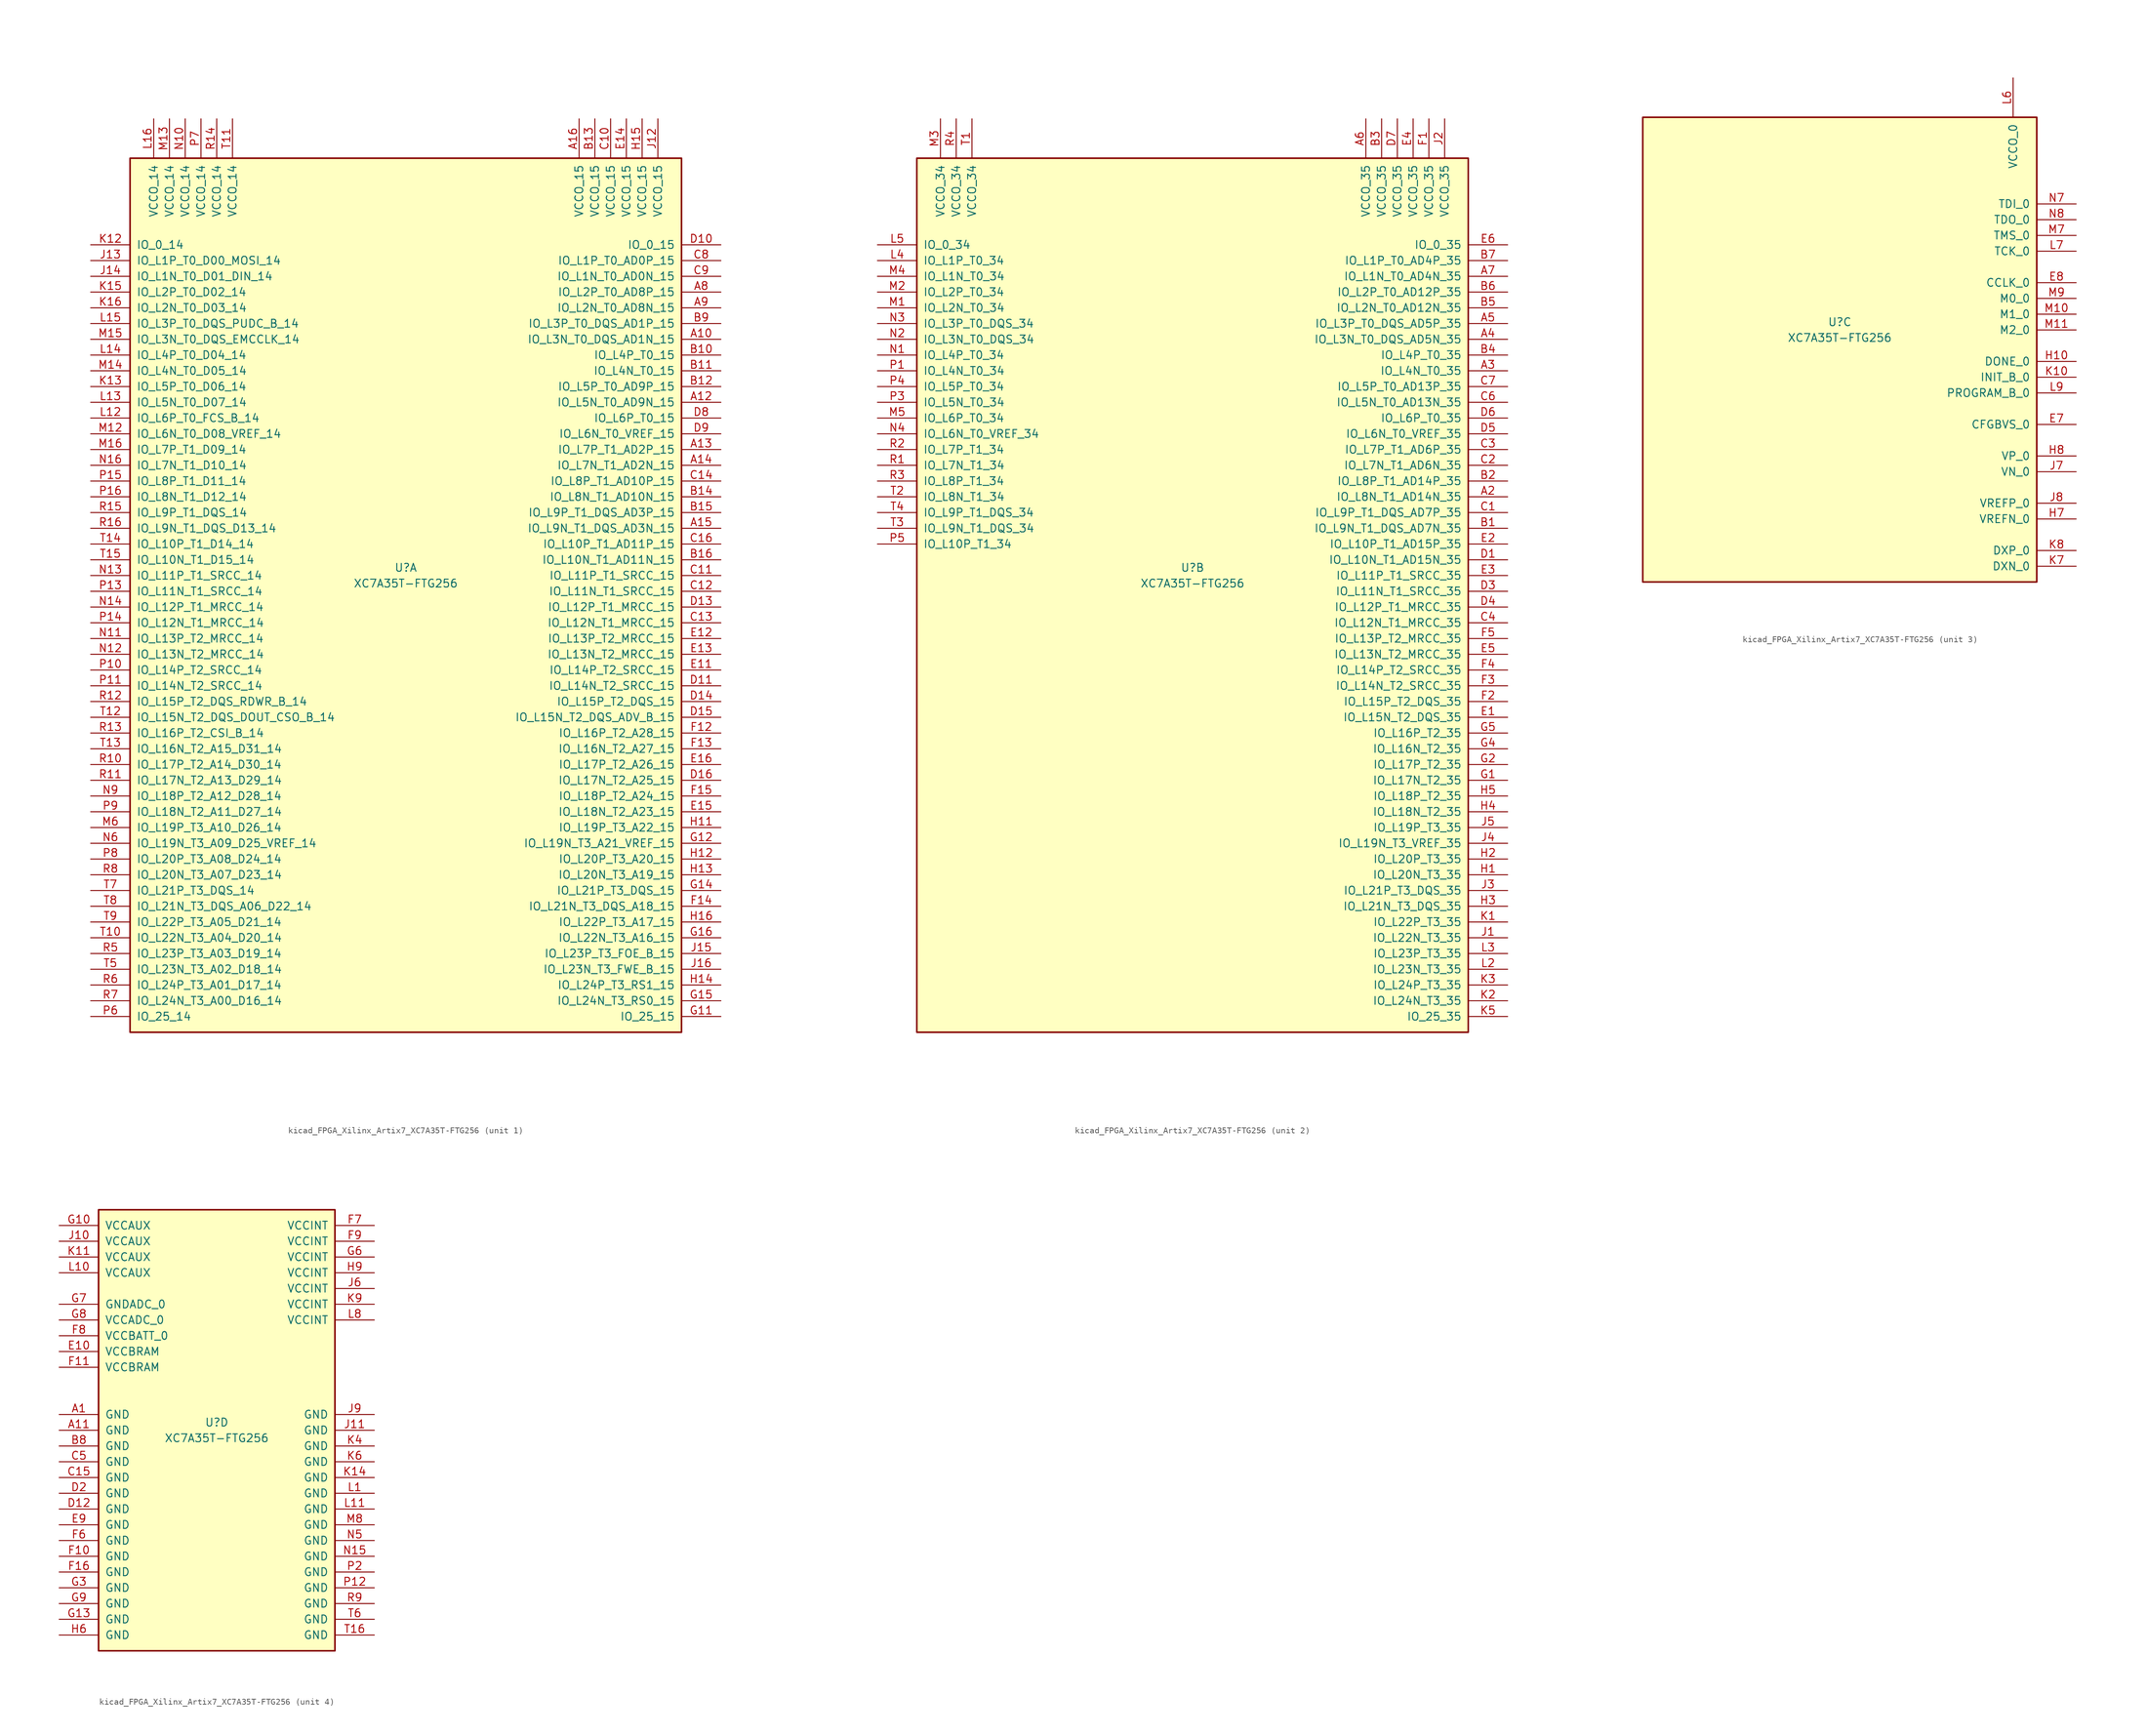
<source format=kicad_sym>
(kicad_symbol_lib
  (version 20220914)
  (generator kicad_symbol_editor)
  (symbol "kicad_FPGA_Xilinx_Artix7_XC7A35T-FTG256"
    (pin_names
      (offset 1.016))
    (property "Reference" "U"
      (at 0 1.27 0)
      (effects (font (size 1.27 1.27))))
    (property "Value" "XC7A35T-FTG256"
      (at 0 -1.27 0)
      (effects (font (size 1.27 1.27))))
    (property "Datasheet" ""
      (at 0 0 0)
      (effects (font (size 1.27 1.27))))
    (property "ki_locked" ""
      (at 0 0 0)
      (effects (font (size 1.27 1.27))))
    (symbol "kicad_FPGA_Xilinx_Artix7_XC7A35T-FTG256_1_1"
      (rectangle (start -44.45 67.31) (end 44.45 -73.66) (stroke (width 0.254) (type default)) (fill (type background)))
      (pin bidirectional line (at 50.8 38.1 180) (length 6.35) (name "IO_L3N_T0_DQS_AD1N_15" (effects (font (size 1.27 1.27)))) (number "A10" (effects (font (size 1.27 1.27)))))
      (pin bidirectional line (at 50.8 27.94 180) (length 6.35) (name "IO_L5N_T0_AD9N_15" (effects (font (size 1.27 1.27)))) (number "A12" (effects (font (size 1.27 1.27)))))
      (pin bidirectional line (at 50.8 20.32 180) (length 6.35) (name "IO_L7P_T1_AD2P_15" (effects (font (size 1.27 1.27)))) (number "A13" (effects (font (size 1.27 1.27)))))
      (pin bidirectional line (at 50.8 17.78 180) (length 6.35) (name "IO_L7N_T1_AD2N_15" (effects (font (size 1.27 1.27)))) (number "A14" (effects (font (size 1.27 1.27)))))
      (pin bidirectional line (at 50.8 7.62 180) (length 6.35) (name "IO_L9N_T1_DQS_AD3N_15" (effects (font (size 1.27 1.27)))) (number "A15" (effects (font (size 1.27 1.27)))))
      (pin power_in line (at 27.94 73.66 270) (length 6.35) (name "VCCO_15" (effects (font (size 1.27 1.27)))) (number "A16" (effects (font (size 1.27 1.27)))))
      (pin bidirectional line (at 50.8 45.72 180) (length 6.35) (name "IO_L2P_T0_AD8P_15" (effects (font (size 1.27 1.27)))) (number "A8" (effects (font (size 1.27 1.27)))))
      (pin bidirectional line (at 50.8 43.18 180) (length 6.35) (name "IO_L2N_T0_AD8N_15" (effects (font (size 1.27 1.27)))) (number "A9" (effects (font (size 1.27 1.27)))))
      (pin bidirectional line (at 50.8 35.56 180) (length 6.35) (name "IO_L4P_T0_15" (effects (font (size 1.27 1.27)))) (number "B10" (effects (font (size 1.27 1.27)))))
      (pin bidirectional line (at 50.8 33.02 180) (length 6.35) (name "IO_L4N_T0_15" (effects (font (size 1.27 1.27)))) (number "B11" (effects (font (size 1.27 1.27)))))
      (pin bidirectional line (at 50.8 30.48 180) (length 6.35) (name "IO_L5P_T0_AD9P_15" (effects (font (size 1.27 1.27)))) (number "B12" (effects (font (size 1.27 1.27)))))
      (pin power_in line (at 30.48 73.66 270) (length 6.35) (name "VCCO_15" (effects (font (size 1.27 1.27)))) (number "B13" (effects (font (size 1.27 1.27)))))
      (pin bidirectional line (at 50.8 12.7 180) (length 6.35) (name "IO_L8N_T1_AD10N_15" (effects (font (size 1.27 1.27)))) (number "B14" (effects (font (size 1.27 1.27)))))
      (pin bidirectional line (at 50.8 10.16 180) (length 6.35) (name "IO_L9P_T1_DQS_AD3P_15" (effects (font (size 1.27 1.27)))) (number "B15" (effects (font (size 1.27 1.27)))))
      (pin bidirectional line (at 50.8 2.54 180) (length 6.35) (name "IO_L10N_T1_AD11N_15" (effects (font (size 1.27 1.27)))) (number "B16" (effects (font (size 1.27 1.27)))))
      (pin bidirectional line (at 50.8 40.64 180) (length 6.35) (name "IO_L3P_T0_DQS_AD1P_15" (effects (font (size 1.27 1.27)))) (number "B9" (effects (font (size 1.27 1.27)))))
      (pin power_in line (at 33.02 73.66 270) (length 6.35) (name "VCCO_15" (effects (font (size 1.27 1.27)))) (number "C10" (effects (font (size 1.27 1.27)))))
      (pin bidirectional line (at 50.8 0 180) (length 6.35) (name "IO_L11P_T1_SRCC_15" (effects (font (size 1.27 1.27)))) (number "C11" (effects (font (size 1.27 1.27)))))
      (pin bidirectional line (at 50.8 -2.54 180) (length 6.35) (name "IO_L11N_T1_SRCC_15" (effects (font (size 1.27 1.27)))) (number "C12" (effects (font (size 1.27 1.27)))))
      (pin bidirectional line (at 50.8 -7.62 180) (length 6.35) (name "IO_L12N_T1_MRCC_15" (effects (font (size 1.27 1.27)))) (number "C13" (effects (font (size 1.27 1.27)))))
      (pin bidirectional line (at 50.8 15.24 180) (length 6.35) (name "IO_L8P_T1_AD10P_15" (effects (font (size 1.27 1.27)))) (number "C14" (effects (font (size 1.27 1.27)))))
      (pin bidirectional line (at 50.8 5.08 180) (length 6.35) (name "IO_L10P_T1_AD11P_15" (effects (font (size 1.27 1.27)))) (number "C16" (effects (font (size 1.27 1.27)))))
      (pin bidirectional line (at 50.8 50.8 180) (length 6.35) (name "IO_L1P_T0_AD0P_15" (effects (font (size 1.27 1.27)))) (number "C8" (effects (font (size 1.27 1.27)))))
      (pin bidirectional line (at 50.8 48.26 180) (length 6.35) (name "IO_L1N_T0_AD0N_15" (effects (font (size 1.27 1.27)))) (number "C9" (effects (font (size 1.27 1.27)))))
      (pin bidirectional line (at 50.8 53.34 180) (length 6.35) (name "IO_0_15" (effects (font (size 1.27 1.27)))) (number "D10" (effects (font (size 1.27 1.27)))))
      (pin bidirectional line (at 50.8 -17.78 180) (length 6.35) (name "IO_L14N_T2_SRCC_15" (effects (font (size 1.27 1.27)))) (number "D11" (effects (font (size 1.27 1.27)))))
      (pin bidirectional line (at 50.8 -5.08 180) (length 6.35) (name "IO_L12P_T1_MRCC_15" (effects (font (size 1.27 1.27)))) (number "D13" (effects (font (size 1.27 1.27)))))
      (pin bidirectional line (at 50.8 -20.32 180) (length 6.35) (name "IO_L15P_T2_DQS_15" (effects (font (size 1.27 1.27)))) (number "D14" (effects (font (size 1.27 1.27)))))
      (pin bidirectional line (at 50.8 -22.86 180) (length 6.35) (name "IO_L15N_T2_DQS_ADV_B_15" (effects (font (size 1.27 1.27)))) (number "D15" (effects (font (size 1.27 1.27)))))
      (pin bidirectional line (at 50.8 -33.02 180) (length 6.35) (name "IO_L17N_T2_A25_15" (effects (font (size 1.27 1.27)))) (number "D16" (effects (font (size 1.27 1.27)))))
      (pin bidirectional line (at 50.8 25.4 180) (length 6.35) (name "IO_L6P_T0_15" (effects (font (size 1.27 1.27)))) (number "D8" (effects (font (size 1.27 1.27)))))
      (pin bidirectional line (at 50.8 22.86 180) (length 6.35) (name "IO_L6N_T0_VREF_15" (effects (font (size 1.27 1.27)))) (number "D9" (effects (font (size 1.27 1.27)))))
      (pin bidirectional line (at 50.8 -15.24 180) (length 6.35) (name "IO_L14P_T2_SRCC_15" (effects (font (size 1.27 1.27)))) (number "E11" (effects (font (size 1.27 1.27)))))
      (pin bidirectional line (at 50.8 -10.16 180) (length 6.35) (name "IO_L13P_T2_MRCC_15" (effects (font (size 1.27 1.27)))) (number "E12" (effects (font (size 1.27 1.27)))))
      (pin bidirectional line (at 50.8 -12.7 180) (length 6.35) (name "IO_L13N_T2_MRCC_15" (effects (font (size 1.27 1.27)))) (number "E13" (effects (font (size 1.27 1.27)))))
      (pin power_in line (at 35.56 73.66 270) (length 6.35) (name "VCCO_15" (effects (font (size 1.27 1.27)))) (number "E14" (effects (font (size 1.27 1.27)))))
      (pin bidirectional line (at 50.8 -38.1 180) (length 6.35) (name "IO_L18N_T2_A23_15" (effects (font (size 1.27 1.27)))) (number "E15" (effects (font (size 1.27 1.27)))))
      (pin bidirectional line (at 50.8 -30.48 180) (length 6.35) (name "IO_L17P_T2_A26_15" (effects (font (size 1.27 1.27)))) (number "E16" (effects (font (size 1.27 1.27)))))
      (pin bidirectional line (at 50.8 -25.4 180) (length 6.35) (name "IO_L16P_T2_A28_15" (effects (font (size 1.27 1.27)))) (number "F12" (effects (font (size 1.27 1.27)))))
      (pin bidirectional line (at 50.8 -27.94 180) (length 6.35) (name "IO_L16N_T2_A27_15" (effects (font (size 1.27 1.27)))) (number "F13" (effects (font (size 1.27 1.27)))))
      (pin bidirectional line (at 50.8 -53.34 180) (length 6.35) (name "IO_L21N_T3_DQS_A18_15" (effects (font (size 1.27 1.27)))) (number "F14" (effects (font (size 1.27 1.27)))))
      (pin bidirectional line (at 50.8 -35.56 180) (length 6.35) (name "IO_L18P_T2_A24_15" (effects (font (size 1.27 1.27)))) (number "F15" (effects (font (size 1.27 1.27)))))
      (pin bidirectional line (at 50.8 -71.12 180) (length 6.35) (name "IO_25_15" (effects (font (size 1.27 1.27)))) (number "G11" (effects (font (size 1.27 1.27)))))
      (pin bidirectional line (at 50.8 -43.18 180) (length 6.35) (name "IO_L19N_T3_A21_VREF_15" (effects (font (size 1.27 1.27)))) (number "G12" (effects (font (size 1.27 1.27)))))
      (pin bidirectional line (at 50.8 -50.8 180) (length 6.35) (name "IO_L21P_T3_DQS_15" (effects (font (size 1.27 1.27)))) (number "G14" (effects (font (size 1.27 1.27)))))
      (pin bidirectional line (at 50.8 -68.58 180) (length 6.35) (name "IO_L24N_T3_RS0_15" (effects (font (size 1.27 1.27)))) (number "G15" (effects (font (size 1.27 1.27)))))
      (pin bidirectional line (at 50.8 -58.42 180) (length 6.35) (name "IO_L22N_T3_A16_15" (effects (font (size 1.27 1.27)))) (number "G16" (effects (font (size 1.27 1.27)))))
      (pin bidirectional line (at 50.8 -40.64 180) (length 6.35) (name "IO_L19P_T3_A22_15" (effects (font (size 1.27 1.27)))) (number "H11" (effects (font (size 1.27 1.27)))))
      (pin bidirectional line (at 50.8 -45.72 180) (length 6.35) (name "IO_L20P_T3_A20_15" (effects (font (size 1.27 1.27)))) (number "H12" (effects (font (size 1.27 1.27)))))
      (pin bidirectional line (at 50.8 -48.26 180) (length 6.35) (name "IO_L20N_T3_A19_15" (effects (font (size 1.27 1.27)))) (number "H13" (effects (font (size 1.27 1.27)))))
      (pin bidirectional line (at 50.8 -66.04 180) (length 6.35) (name "IO_L24P_T3_RS1_15" (effects (font (size 1.27 1.27)))) (number "H14" (effects (font (size 1.27 1.27)))))
      (pin power_in line (at 38.1 73.66 270) (length 6.35) (name "VCCO_15" (effects (font (size 1.27 1.27)))) (number "H15" (effects (font (size 1.27 1.27)))))
      (pin bidirectional line (at 50.8 -55.88 180) (length 6.35) (name "IO_L22P_T3_A17_15" (effects (font (size 1.27 1.27)))) (number "H16" (effects (font (size 1.27 1.27)))))
      (pin power_in line (at 40.64 73.66 270) (length 6.35) (name "VCCO_15" (effects (font (size 1.27 1.27)))) (number "J12" (effects (font (size 1.27 1.27)))))
      (pin bidirectional line (at -50.8 50.8 0) (length 6.35) (name "IO_L1P_T0_D00_MOSI_14" (effects (font (size 1.27 1.27)))) (number "J13" (effects (font (size 1.27 1.27)))))
      (pin bidirectional line (at -50.8 48.26 0) (length 6.35) (name "IO_L1N_T0_D01_DIN_14" (effects (font (size 1.27 1.27)))) (number "J14" (effects (font (size 1.27 1.27)))))
      (pin bidirectional line (at 50.8 -60.96 180) (length 6.35) (name "IO_L23P_T3_FOE_B_15" (effects (font (size 1.27 1.27)))) (number "J15" (effects (font (size 1.27 1.27)))))
      (pin bidirectional line (at 50.8 -63.5 180) (length 6.35) (name "IO_L23N_T3_FWE_B_15" (effects (font (size 1.27 1.27)))) (number "J16" (effects (font (size 1.27 1.27)))))
      (pin bidirectional line (at -50.8 53.34 0) (length 6.35) (name "IO_0_14" (effects (font (size 1.27 1.27)))) (number "K12" (effects (font (size 1.27 1.27)))))
      (pin bidirectional line (at -50.8 30.48 0) (length 6.35) (name "IO_L5P_T0_D06_14" (effects (font (size 1.27 1.27)))) (number "K13" (effects (font (size 1.27 1.27)))))
      (pin bidirectional line (at -50.8 45.72 0) (length 6.35) (name "IO_L2P_T0_D02_14" (effects (font (size 1.27 1.27)))) (number "K15" (effects (font (size 1.27 1.27)))))
      (pin bidirectional line (at -50.8 43.18 0) (length 6.35) (name "IO_L2N_T0_D03_14" (effects (font (size 1.27 1.27)))) (number "K16" (effects (font (size 1.27 1.27)))))
      (pin bidirectional line (at -50.8 25.4 0) (length 6.35) (name "IO_L6P_T0_FCS_B_14" (effects (font (size 1.27 1.27)))) (number "L12" (effects (font (size 1.27 1.27)))))
      (pin bidirectional line (at -50.8 27.94 0) (length 6.35) (name "IO_L5N_T0_D07_14" (effects (font (size 1.27 1.27)))) (number "L13" (effects (font (size 1.27 1.27)))))
      (pin bidirectional line (at -50.8 35.56 0) (length 6.35) (name "IO_L4P_T0_D04_14" (effects (font (size 1.27 1.27)))) (number "L14" (effects (font (size 1.27 1.27)))))
      (pin bidirectional line (at -50.8 40.64 0) (length 6.35) (name "IO_L3P_T0_DQS_PUDC_B_14" (effects (font (size 1.27 1.27)))) (number "L15" (effects (font (size 1.27 1.27)))))
      (pin power_in line (at -40.64 73.66 270) (length 6.35) (name "VCCO_14" (effects (font (size 1.27 1.27)))) (number "L16" (effects (font (size 1.27 1.27)))))
      (pin bidirectional line (at -50.8 22.86 0) (length 6.35) (name "IO_L6N_T0_D08_VREF_14" (effects (font (size 1.27 1.27)))) (number "M12" (effects (font (size 1.27 1.27)))))
      (pin power_in line (at -38.1 73.66 270) (length 6.35) (name "VCCO_14" (effects (font (size 1.27 1.27)))) (number "M13" (effects (font (size 1.27 1.27)))))
      (pin bidirectional line (at -50.8 33.02 0) (length 6.35) (name "IO_L4N_T0_D05_14" (effects (font (size 1.27 1.27)))) (number "M14" (effects (font (size 1.27 1.27)))))
      (pin bidirectional line (at -50.8 38.1 0) (length 6.35) (name "IO_L3N_T0_DQS_EMCCLK_14" (effects (font (size 1.27 1.27)))) (number "M15" (effects (font (size 1.27 1.27)))))
      (pin bidirectional line (at -50.8 20.32 0) (length 6.35) (name "IO_L7P_T1_D09_14" (effects (font (size 1.27 1.27)))) (number "M16" (effects (font (size 1.27 1.27)))))
      (pin bidirectional line (at -50.8 -40.64 0) (length 6.35) (name "IO_L19P_T3_A10_D26_14" (effects (font (size 1.27 1.27)))) (number "M6" (effects (font (size 1.27 1.27)))))
      (pin power_in line (at -35.56 73.66 270) (length 6.35) (name "VCCO_14" (effects (font (size 1.27 1.27)))) (number "N10" (effects (font (size 1.27 1.27)))))
      (pin bidirectional line (at -50.8 -10.16 0) (length 6.35) (name "IO_L13P_T2_MRCC_14" (effects (font (size 1.27 1.27)))) (number "N11" (effects (font (size 1.27 1.27)))))
      (pin bidirectional line (at -50.8 -12.7 0) (length 6.35) (name "IO_L13N_T2_MRCC_14" (effects (font (size 1.27 1.27)))) (number "N12" (effects (font (size 1.27 1.27)))))
      (pin bidirectional line (at -50.8 0 0) (length 6.35) (name "IO_L11P_T1_SRCC_14" (effects (font (size 1.27 1.27)))) (number "N13" (effects (font (size 1.27 1.27)))))
      (pin bidirectional line (at -50.8 -5.08 0) (length 6.35) (name "IO_L12P_T1_MRCC_14" (effects (font (size 1.27 1.27)))) (number "N14" (effects (font (size 1.27 1.27)))))
      (pin bidirectional line (at -50.8 17.78 0) (length 6.35) (name "IO_L7N_T1_D10_14" (effects (font (size 1.27 1.27)))) (number "N16" (effects (font (size 1.27 1.27)))))
      (pin bidirectional line (at -50.8 -43.18 0) (length 6.35) (name "IO_L19N_T3_A09_D25_VREF_14" (effects (font (size 1.27 1.27)))) (number "N6" (effects (font (size 1.27 1.27)))))
      (pin bidirectional line (at -50.8 -35.56 0) (length 6.35) (name "IO_L18P_T2_A12_D28_14" (effects (font (size 1.27 1.27)))) (number "N9" (effects (font (size 1.27 1.27)))))
      (pin bidirectional line (at -50.8 -15.24 0) (length 6.35) (name "IO_L14P_T2_SRCC_14" (effects (font (size 1.27 1.27)))) (number "P10" (effects (font (size 1.27 1.27)))))
      (pin bidirectional line (at -50.8 -17.78 0) (length 6.35) (name "IO_L14N_T2_SRCC_14" (effects (font (size 1.27 1.27)))) (number "P11" (effects (font (size 1.27 1.27)))))
      (pin bidirectional line (at -50.8 -2.54 0) (length 6.35) (name "IO_L11N_T1_SRCC_14" (effects (font (size 1.27 1.27)))) (number "P13" (effects (font (size 1.27 1.27)))))
      (pin bidirectional line (at -50.8 -7.62 0) (length 6.35) (name "IO_L12N_T1_MRCC_14" (effects (font (size 1.27 1.27)))) (number "P14" (effects (font (size 1.27 1.27)))))
      (pin bidirectional line (at -50.8 15.24 0) (length 6.35) (name "IO_L8P_T1_D11_14" (effects (font (size 1.27 1.27)))) (number "P15" (effects (font (size 1.27 1.27)))))
      (pin bidirectional line (at -50.8 12.7 0) (length 6.35) (name "IO_L8N_T1_D12_14" (effects (font (size 1.27 1.27)))) (number "P16" (effects (font (size 1.27 1.27)))))
      (pin bidirectional line (at -50.8 -71.12 0) (length 6.35) (name "IO_25_14" (effects (font (size 1.27 1.27)))) (number "P6" (effects (font (size 1.27 1.27)))))
      (pin power_in line (at -33.02 73.66 270) (length 6.35) (name "VCCO_14" (effects (font (size 1.27 1.27)))) (number "P7" (effects (font (size 1.27 1.27)))))
      (pin bidirectional line (at -50.8 -45.72 0) (length 6.35) (name "IO_L20P_T3_A08_D24_14" (effects (font (size 1.27 1.27)))) (number "P8" (effects (font (size 1.27 1.27)))))
      (pin bidirectional line (at -50.8 -38.1 0) (length 6.35) (name "IO_L18N_T2_A11_D27_14" (effects (font (size 1.27 1.27)))) (number "P9" (effects (font (size 1.27 1.27)))))
      (pin bidirectional line (at -50.8 -30.48 0) (length 6.35) (name "IO_L17P_T2_A14_D30_14" (effects (font (size 1.27 1.27)))) (number "R10" (effects (font (size 1.27 1.27)))))
      (pin bidirectional line (at -50.8 -33.02 0) (length 6.35) (name "IO_L17N_T2_A13_D29_14" (effects (font (size 1.27 1.27)))) (number "R11" (effects (font (size 1.27 1.27)))))
      (pin bidirectional line (at -50.8 -20.32 0) (length 6.35) (name "IO_L15P_T2_DQS_RDWR_B_14" (effects (font (size 1.27 1.27)))) (number "R12" (effects (font (size 1.27 1.27)))))
      (pin bidirectional line (at -50.8 -25.4 0) (length 6.35) (name "IO_L16P_T2_CSI_B_14" (effects (font (size 1.27 1.27)))) (number "R13" (effects (font (size 1.27 1.27)))))
      (pin power_in line (at -30.48 73.66 270) (length 6.35) (name "VCCO_14" (effects (font (size 1.27 1.27)))) (number "R14" (effects (font (size 1.27 1.27)))))
      (pin bidirectional line (at -50.8 10.16 0) (length 6.35) (name "IO_L9P_T1_DQS_14" (effects (font (size 1.27 1.27)))) (number "R15" (effects (font (size 1.27 1.27)))))
      (pin bidirectional line (at -50.8 7.62 0) (length 6.35) (name "IO_L9N_T1_DQS_D13_14" (effects (font (size 1.27 1.27)))) (number "R16" (effects (font (size 1.27 1.27)))))
      (pin bidirectional line (at -50.8 -60.96 0) (length 6.35) (name "IO_L23P_T3_A03_D19_14" (effects (font (size 1.27 1.27)))) (number "R5" (effects (font (size 1.27 1.27)))))
      (pin bidirectional line (at -50.8 -66.04 0) (length 6.35) (name "IO_L24P_T3_A01_D17_14" (effects (font (size 1.27 1.27)))) (number "R6" (effects (font (size 1.27 1.27)))))
      (pin bidirectional line (at -50.8 -68.58 0) (length 6.35) (name "IO_L24N_T3_A00_D16_14" (effects (font (size 1.27 1.27)))) (number "R7" (effects (font (size 1.27 1.27)))))
      (pin bidirectional line (at -50.8 -48.26 0) (length 6.35) (name "IO_L20N_T3_A07_D23_14" (effects (font (size 1.27 1.27)))) (number "R8" (effects (font (size 1.27 1.27)))))
      (pin bidirectional line (at -50.8 -58.42 0) (length 6.35) (name "IO_L22N_T3_A04_D20_14" (effects (font (size 1.27 1.27)))) (number "T10" (effects (font (size 1.27 1.27)))))
      (pin power_in line (at -27.94 73.66 270) (length 6.35) (name "VCCO_14" (effects (font (size 1.27 1.27)))) (number "T11" (effects (font (size 1.27 1.27)))))
      (pin bidirectional line (at -50.8 -22.86 0) (length 6.35) (name "IO_L15N_T2_DQS_DOUT_CSO_B_14" (effects (font (size 1.27 1.27)))) (number "T12" (effects (font (size 1.27 1.27)))))
      (pin bidirectional line (at -50.8 -27.94 0) (length 6.35) (name "IO_L16N_T2_A15_D31_14" (effects (font (size 1.27 1.27)))) (number "T13" (effects (font (size 1.27 1.27)))))
      (pin bidirectional line (at -50.8 5.08 0) (length 6.35) (name "IO_L10P_T1_D14_14" (effects (font (size 1.27 1.27)))) (number "T14" (effects (font (size 1.27 1.27)))))
      (pin bidirectional line (at -50.8 2.54 0) (length 6.35) (name "IO_L10N_T1_D15_14" (effects (font (size 1.27 1.27)))) (number "T15" (effects (font (size 1.27 1.27)))))
      (pin bidirectional line (at -50.8 -63.5 0) (length 6.35) (name "IO_L23N_T3_A02_D18_14" (effects (font (size 1.27 1.27)))) (number "T5" (effects (font (size 1.27 1.27)))))
      (pin bidirectional line (at -50.8 -50.8 0) (length 6.35) (name "IO_L21P_T3_DQS_14" (effects (font (size 1.27 1.27)))) (number "T7" (effects (font (size 1.27 1.27)))))
      (pin bidirectional line (at -50.8 -53.34 0) (length 6.35) (name "IO_L21N_T3_DQS_A06_D22_14" (effects (font (size 1.27 1.27)))) (number "T8" (effects (font (size 1.27 1.27)))))
      (pin bidirectional line (at -50.8 -55.88 0) (length 6.35) (name "IO_L22P_T3_A05_D21_14" (effects (font (size 1.27 1.27)))) (number "T9" (effects (font (size 1.27 1.27))))))
    (symbol "kicad_FPGA_Xilinx_Artix7_XC7A35T-FTG256_2_1"
      (rectangle (start -44.45 67.31) (end 44.45 -73.66) (stroke (width 0.254) (type default)) (fill (type background)))
      (pin bidirectional line (at 50.8 12.7 180) (length 6.35) (name "IO_L8N_T1_AD14N_35" (effects (font (size 1.27 1.27)))) (number "A2" (effects (font (size 1.27 1.27)))))
      (pin bidirectional line (at 50.8 33.02 180) (length 6.35) (name "IO_L4N_T0_35" (effects (font (size 1.27 1.27)))) (number "A3" (effects (font (size 1.27 1.27)))))
      (pin bidirectional line (at 50.8 38.1 180) (length 6.35) (name "IO_L3N_T0_DQS_AD5N_35" (effects (font (size 1.27 1.27)))) (number "A4" (effects (font (size 1.27 1.27)))))
      (pin bidirectional line (at 50.8 40.64 180) (length 6.35) (name "IO_L3P_T0_DQS_AD5P_35" (effects (font (size 1.27 1.27)))) (number "A5" (effects (font (size 1.27 1.27)))))
      (pin power_in line (at 27.94 73.66 270) (length 6.35) (name "VCCO_35" (effects (font (size 1.27 1.27)))) (number "A6" (effects (font (size 1.27 1.27)))))
      (pin bidirectional line (at 50.8 48.26 180) (length 6.35) (name "IO_L1N_T0_AD4N_35" (effects (font (size 1.27 1.27)))) (number "A7" (effects (font (size 1.27 1.27)))))
      (pin bidirectional line (at 50.8 7.62 180) (length 6.35) (name "IO_L9N_T1_DQS_AD7N_35" (effects (font (size 1.27 1.27)))) (number "B1" (effects (font (size 1.27 1.27)))))
      (pin bidirectional line (at 50.8 15.24 180) (length 6.35) (name "IO_L8P_T1_AD14P_35" (effects (font (size 1.27 1.27)))) (number "B2" (effects (font (size 1.27 1.27)))))
      (pin power_in line (at 30.48 73.66 270) (length 6.35) (name "VCCO_35" (effects (font (size 1.27 1.27)))) (number "B3" (effects (font (size 1.27 1.27)))))
      (pin bidirectional line (at 50.8 35.56 180) (length 6.35) (name "IO_L4P_T0_35" (effects (font (size 1.27 1.27)))) (number "B4" (effects (font (size 1.27 1.27)))))
      (pin bidirectional line (at 50.8 43.18 180) (length 6.35) (name "IO_L2N_T0_AD12N_35" (effects (font (size 1.27 1.27)))) (number "B5" (effects (font (size 1.27 1.27)))))
      (pin bidirectional line (at 50.8 45.72 180) (length 6.35) (name "IO_L2P_T0_AD12P_35" (effects (font (size 1.27 1.27)))) (number "B6" (effects (font (size 1.27 1.27)))))
      (pin bidirectional line (at 50.8 50.8 180) (length 6.35) (name "IO_L1P_T0_AD4P_35" (effects (font (size 1.27 1.27)))) (number "B7" (effects (font (size 1.27 1.27)))))
      (pin bidirectional line (at 50.8 10.16 180) (length 6.35) (name "IO_L9P_T1_DQS_AD7P_35" (effects (font (size 1.27 1.27)))) (number "C1" (effects (font (size 1.27 1.27)))))
      (pin bidirectional line (at 50.8 17.78 180) (length 6.35) (name "IO_L7N_T1_AD6N_35" (effects (font (size 1.27 1.27)))) (number "C2" (effects (font (size 1.27 1.27)))))
      (pin bidirectional line (at 50.8 20.32 180) (length 6.35) (name "IO_L7P_T1_AD6P_35" (effects (font (size 1.27 1.27)))) (number "C3" (effects (font (size 1.27 1.27)))))
      (pin bidirectional line (at 50.8 -7.62 180) (length 6.35) (name "IO_L12N_T1_MRCC_35" (effects (font (size 1.27 1.27)))) (number "C4" (effects (font (size 1.27 1.27)))))
      (pin bidirectional line (at 50.8 27.94 180) (length 6.35) (name "IO_L5N_T0_AD13N_35" (effects (font (size 1.27 1.27)))) (number "C6" (effects (font (size 1.27 1.27)))))
      (pin bidirectional line (at 50.8 30.48 180) (length 6.35) (name "IO_L5P_T0_AD13P_35" (effects (font (size 1.27 1.27)))) (number "C7" (effects (font (size 1.27 1.27)))))
      (pin bidirectional line (at 50.8 2.54 180) (length 6.35) (name "IO_L10N_T1_AD15N_35" (effects (font (size 1.27 1.27)))) (number "D1" (effects (font (size 1.27 1.27)))))
      (pin bidirectional line (at 50.8 -2.54 180) (length 6.35) (name "IO_L11N_T1_SRCC_35" (effects (font (size 1.27 1.27)))) (number "D3" (effects (font (size 1.27 1.27)))))
      (pin bidirectional line (at 50.8 -5.08 180) (length 6.35) (name "IO_L12P_T1_MRCC_35" (effects (font (size 1.27 1.27)))) (number "D4" (effects (font (size 1.27 1.27)))))
      (pin bidirectional line (at 50.8 22.86 180) (length 6.35) (name "IO_L6N_T0_VREF_35" (effects (font (size 1.27 1.27)))) (number "D5" (effects (font (size 1.27 1.27)))))
      (pin bidirectional line (at 50.8 25.4 180) (length 6.35) (name "IO_L6P_T0_35" (effects (font (size 1.27 1.27)))) (number "D6" (effects (font (size 1.27 1.27)))))
      (pin power_in line (at 33.02 73.66 270) (length 6.35) (name "VCCO_35" (effects (font (size 1.27 1.27)))) (number "D7" (effects (font (size 1.27 1.27)))))
      (pin bidirectional line (at 50.8 -22.86 180) (length 6.35) (name "IO_L15N_T2_DQS_35" (effects (font (size 1.27 1.27)))) (number "E1" (effects (font (size 1.27 1.27)))))
      (pin bidirectional line (at 50.8 5.08 180) (length 6.35) (name "IO_L10P_T1_AD15P_35" (effects (font (size 1.27 1.27)))) (number "E2" (effects (font (size 1.27 1.27)))))
      (pin bidirectional line (at 50.8 0 180) (length 6.35) (name "IO_L11P_T1_SRCC_35" (effects (font (size 1.27 1.27)))) (number "E3" (effects (font (size 1.27 1.27)))))
      (pin power_in line (at 35.56 73.66 270) (length 6.35) (name "VCCO_35" (effects (font (size 1.27 1.27)))) (number "E4" (effects (font (size 1.27 1.27)))))
      (pin bidirectional line (at 50.8 -12.7 180) (length 6.35) (name "IO_L13N_T2_MRCC_35" (effects (font (size 1.27 1.27)))) (number "E5" (effects (font (size 1.27 1.27)))))
      (pin bidirectional line (at 50.8 53.34 180) (length 6.35) (name "IO_0_35" (effects (font (size 1.27 1.27)))) (number "E6" (effects (font (size 1.27 1.27)))))
      (pin power_in line (at 38.1 73.66 270) (length 6.35) (name "VCCO_35" (effects (font (size 1.27 1.27)))) (number "F1" (effects (font (size 1.27 1.27)))))
      (pin bidirectional line (at 50.8 -20.32 180) (length 6.35) (name "IO_L15P_T2_DQS_35" (effects (font (size 1.27 1.27)))) (number "F2" (effects (font (size 1.27 1.27)))))
      (pin bidirectional line (at 50.8 -17.78 180) (length 6.35) (name "IO_L14N_T2_SRCC_35" (effects (font (size 1.27 1.27)))) (number "F3" (effects (font (size 1.27 1.27)))))
      (pin bidirectional line (at 50.8 -15.24 180) (length 6.35) (name "IO_L14P_T2_SRCC_35" (effects (font (size 1.27 1.27)))) (number "F4" (effects (font (size 1.27 1.27)))))
      (pin bidirectional line (at 50.8 -10.16 180) (length 6.35) (name "IO_L13P_T2_MRCC_35" (effects (font (size 1.27 1.27)))) (number "F5" (effects (font (size 1.27 1.27)))))
      (pin bidirectional line (at 50.8 -33.02 180) (length 6.35) (name "IO_L17N_T2_35" (effects (font (size 1.27 1.27)))) (number "G1" (effects (font (size 1.27 1.27)))))
      (pin bidirectional line (at 50.8 -30.48 180) (length 6.35) (name "IO_L17P_T2_35" (effects (font (size 1.27 1.27)))) (number "G2" (effects (font (size 1.27 1.27)))))
      (pin bidirectional line (at 50.8 -27.94 180) (length 6.35) (name "IO_L16N_T2_35" (effects (font (size 1.27 1.27)))) (number "G4" (effects (font (size 1.27 1.27)))))
      (pin bidirectional line (at 50.8 -25.4 180) (length 6.35) (name "IO_L16P_T2_35" (effects (font (size 1.27 1.27)))) (number "G5" (effects (font (size 1.27 1.27)))))
      (pin bidirectional line (at 50.8 -48.26 180) (length 6.35) (name "IO_L20N_T3_35" (effects (font (size 1.27 1.27)))) (number "H1" (effects (font (size 1.27 1.27)))))
      (pin bidirectional line (at 50.8 -45.72 180) (length 6.35) (name "IO_L20P_T3_35" (effects (font (size 1.27 1.27)))) (number "H2" (effects (font (size 1.27 1.27)))))
      (pin bidirectional line (at 50.8 -53.34 180) (length 6.35) (name "IO_L21N_T3_DQS_35" (effects (font (size 1.27 1.27)))) (number "H3" (effects (font (size 1.27 1.27)))))
      (pin bidirectional line (at 50.8 -38.1 180) (length 6.35) (name "IO_L18N_T2_35" (effects (font (size 1.27 1.27)))) (number "H4" (effects (font (size 1.27 1.27)))))
      (pin bidirectional line (at 50.8 -35.56 180) (length 6.35) (name "IO_L18P_T2_35" (effects (font (size 1.27 1.27)))) (number "H5" (effects (font (size 1.27 1.27)))))
      (pin bidirectional line (at 50.8 -58.42 180) (length 6.35) (name "IO_L22N_T3_35" (effects (font (size 1.27 1.27)))) (number "J1" (effects (font (size 1.27 1.27)))))
      (pin power_in line (at 40.64 73.66 270) (length 6.35) (name "VCCO_35" (effects (font (size 1.27 1.27)))) (number "J2" (effects (font (size 1.27 1.27)))))
      (pin bidirectional line (at 50.8 -50.8 180) (length 6.35) (name "IO_L21P_T3_DQS_35" (effects (font (size 1.27 1.27)))) (number "J3" (effects (font (size 1.27 1.27)))))
      (pin bidirectional line (at 50.8 -43.18 180) (length 6.35) (name "IO_L19N_T3_VREF_35" (effects (font (size 1.27 1.27)))) (number "J4" (effects (font (size 1.27 1.27)))))
      (pin bidirectional line (at 50.8 -40.64 180) (length 6.35) (name "IO_L19P_T3_35" (effects (font (size 1.27 1.27)))) (number "J5" (effects (font (size 1.27 1.27)))))
      (pin bidirectional line (at 50.8 -55.88 180) (length 6.35) (name "IO_L22P_T3_35" (effects (font (size 1.27 1.27)))) (number "K1" (effects (font (size 1.27 1.27)))))
      (pin bidirectional line (at 50.8 -68.58 180) (length 6.35) (name "IO_L24N_T3_35" (effects (font (size 1.27 1.27)))) (number "K2" (effects (font (size 1.27 1.27)))))
      (pin bidirectional line (at 50.8 -66.04 180) (length 6.35) (name "IO_L24P_T3_35" (effects (font (size 1.27 1.27)))) (number "K3" (effects (font (size 1.27 1.27)))))
      (pin bidirectional line (at 50.8 -71.12 180) (length 6.35) (name "IO_25_35" (effects (font (size 1.27 1.27)))) (number "K5" (effects (font (size 1.27 1.27)))))
      (pin bidirectional line (at 50.8 -63.5 180) (length 6.35) (name "IO_L23N_T3_35" (effects (font (size 1.27 1.27)))) (number "L2" (effects (font (size 1.27 1.27)))))
      (pin bidirectional line (at 50.8 -60.96 180) (length 6.35) (name "IO_L23P_T3_35" (effects (font (size 1.27 1.27)))) (number "L3" (effects (font (size 1.27 1.27)))))
      (pin bidirectional line (at -50.8 50.8 0) (length 6.35) (name "IO_L1P_T0_34" (effects (font (size 1.27 1.27)))) (number "L4" (effects (font (size 1.27 1.27)))))
      (pin bidirectional line (at -50.8 53.34 0) (length 6.35) (name "IO_0_34" (effects (font (size 1.27 1.27)))) (number "L5" (effects (font (size 1.27 1.27)))))
      (pin bidirectional line (at -50.8 43.18 0) (length 6.35) (name "IO_L2N_T0_34" (effects (font (size 1.27 1.27)))) (number "M1" (effects (font (size 1.27 1.27)))))
      (pin bidirectional line (at -50.8 45.72 0) (length 6.35) (name "IO_L2P_T0_34" (effects (font (size 1.27 1.27)))) (number "M2" (effects (font (size 1.27 1.27)))))
      (pin power_in line (at -40.64 73.66 270) (length 6.35) (name "VCCO_34" (effects (font (size 1.27 1.27)))) (number "M3" (effects (font (size 1.27 1.27)))))
      (pin bidirectional line (at -50.8 48.26 0) (length 6.35) (name "IO_L1N_T0_34" (effects (font (size 1.27 1.27)))) (number "M4" (effects (font (size 1.27 1.27)))))
      (pin bidirectional line (at -50.8 25.4 0) (length 6.35) (name "IO_L6P_T0_34" (effects (font (size 1.27 1.27)))) (number "M5" (effects (font (size 1.27 1.27)))))
      (pin bidirectional line (at -50.8 35.56 0) (length 6.35) (name "IO_L4P_T0_34" (effects (font (size 1.27 1.27)))) (number "N1" (effects (font (size 1.27 1.27)))))
      (pin bidirectional line (at -50.8 38.1 0) (length 6.35) (name "IO_L3N_T0_DQS_34" (effects (font (size 1.27 1.27)))) (number "N2" (effects (font (size 1.27 1.27)))))
      (pin bidirectional line (at -50.8 40.64 0) (length 6.35) (name "IO_L3P_T0_DQS_34" (effects (font (size 1.27 1.27)))) (number "N3" (effects (font (size 1.27 1.27)))))
      (pin bidirectional line (at -50.8 22.86 0) (length 6.35) (name "IO_L6N_T0_VREF_34" (effects (font (size 1.27 1.27)))) (number "N4" (effects (font (size 1.27 1.27)))))
      (pin bidirectional line (at -50.8 33.02 0) (length 6.35) (name "IO_L4N_T0_34" (effects (font (size 1.27 1.27)))) (number "P1" (effects (font (size 1.27 1.27)))))
      (pin bidirectional line (at -50.8 27.94 0) (length 6.35) (name "IO_L5N_T0_34" (effects (font (size 1.27 1.27)))) (number "P3" (effects (font (size 1.27 1.27)))))
      (pin bidirectional line (at -50.8 30.48 0) (length 6.35) (name "IO_L5P_T0_34" (effects (font (size 1.27 1.27)))) (number "P4" (effects (font (size 1.27 1.27)))))
      (pin bidirectional line (at -50.8 5.08 0) (length 6.35) (name "IO_L10P_T1_34" (effects (font (size 1.27 1.27)))) (number "P5" (effects (font (size 1.27 1.27)))))
      (pin bidirectional line (at -50.8 17.78 0) (length 6.35) (name "IO_L7N_T1_34" (effects (font (size 1.27 1.27)))) (number "R1" (effects (font (size 1.27 1.27)))))
      (pin bidirectional line (at -50.8 20.32 0) (length 6.35) (name "IO_L7P_T1_34" (effects (font (size 1.27 1.27)))) (number "R2" (effects (font (size 1.27 1.27)))))
      (pin bidirectional line (at -50.8 15.24 0) (length 6.35) (name "IO_L8P_T1_34" (effects (font (size 1.27 1.27)))) (number "R3" (effects (font (size 1.27 1.27)))))
      (pin power_in line (at -38.1 73.66 270) (length 6.35) (name "VCCO_34" (effects (font (size 1.27 1.27)))) (number "R4" (effects (font (size 1.27 1.27)))))
      (pin power_in line (at -35.56 73.66 270) (length 6.35) (name "VCCO_34" (effects (font (size 1.27 1.27)))) (number "T1" (effects (font (size 1.27 1.27)))))
      (pin bidirectional line (at -50.8 12.7 0) (length 6.35) (name "IO_L8N_T1_34" (effects (font (size 1.27 1.27)))) (number "T2" (effects (font (size 1.27 1.27)))))
      (pin bidirectional line (at -50.8 7.62 0) (length 6.35) (name "IO_L9N_T1_DQS_34" (effects (font (size 1.27 1.27)))) (number "T3" (effects (font (size 1.27 1.27)))))
      (pin bidirectional line (at -50.8 10.16 0) (length 6.35) (name "IO_L9P_T1_DQS_34" (effects (font (size 1.27 1.27)))) (number "T4" (effects (font (size 1.27 1.27))))))
    (symbol "kicad_FPGA_Xilinx_Artix7_XC7A35T-FTG256_3_1"
      (rectangle (start -31.75 34.29) (end 31.75 -40.64) (stroke (width 0.254) (type default)) (fill (type background)))
      (pin bidirectional line (at 38.1 -15.24 180) (length 6.35) (name "CFGBVS_0" (effects (font (size 1.27 1.27)))) (number "E7" (effects (font (size 1.27 1.27)))))
      (pin bidirectional line (at 38.1 7.62 180) (length 6.35) (name "CCLK_0" (effects (font (size 1.27 1.27)))) (number "E8" (effects (font (size 1.27 1.27)))))
      (pin bidirectional line (at 38.1 -5.08 180) (length 6.35) (name "DONE_0" (effects (font (size 1.27 1.27)))) (number "H10" (effects (font (size 1.27 1.27)))))
      (pin bidirectional line (at 38.1 -30.48 180) (length 6.35) (name "VREFN_0" (effects (font (size 1.27 1.27)))) (number "H7" (effects (font (size 1.27 1.27)))))
      (pin bidirectional line (at 38.1 -20.32 180) (length 6.35) (name "VP_0" (effects (font (size 1.27 1.27)))) (number "H8" (effects (font (size 1.27 1.27)))))
      (pin bidirectional line (at 38.1 -22.86 180) (length 6.35) (name "VN_0" (effects (font (size 1.27 1.27)))) (number "J7" (effects (font (size 1.27 1.27)))))
      (pin bidirectional line (at 38.1 -27.94 180) (length 6.35) (name "VREFP_0" (effects (font (size 1.27 1.27)))) (number "J8" (effects (font (size 1.27 1.27)))))
      (pin bidirectional line (at 38.1 -7.62 180) (length 6.35) (name "INIT_B_0" (effects (font (size 1.27 1.27)))) (number "K10" (effects (font (size 1.27 1.27)))))
      (pin bidirectional line (at 38.1 -38.1 180) (length 6.35) (name "DXN_0" (effects (font (size 1.27 1.27)))) (number "K7" (effects (font (size 1.27 1.27)))))
      (pin bidirectional line (at 38.1 -35.56 180) (length 6.35) (name "DXP_0" (effects (font (size 1.27 1.27)))) (number "K8" (effects (font (size 1.27 1.27)))))
      (pin power_in line (at 27.94 40.64 270) (length 6.35) (name "VCCO_0" (effects (font (size 1.27 1.27)))) (number "L6" (effects (font (size 1.27 1.27)))))
      (pin bidirectional line (at 38.1 12.7 180) (length 6.35) (name "TCK_0" (effects (font (size 1.27 1.27)))) (number "L7" (effects (font (size 1.27 1.27)))))
      (pin bidirectional line (at 38.1 -10.16 180) (length 6.35) (name "PROGRAM_B_0" (effects (font (size 1.27 1.27)))) (number "L9" (effects (font (size 1.27 1.27)))))
      (pin bidirectional line (at 38.1 2.54 180) (length 6.35) (name "M1_0" (effects (font (size 1.27 1.27)))) (number "M10" (effects (font (size 1.27 1.27)))))
      (pin bidirectional line (at 38.1 0 180) (length 6.35) (name "M2_0" (effects (font (size 1.27 1.27)))) (number "M11" (effects (font (size 1.27 1.27)))))
      (pin bidirectional line (at 38.1 15.24 180) (length 6.35) (name "TMS_0" (effects (font (size 1.27 1.27)))) (number "M7" (effects (font (size 1.27 1.27)))))
      (pin bidirectional line (at 38.1 5.08 180) (length 6.35) (name "M0_0" (effects (font (size 1.27 1.27)))) (number "M9" (effects (font (size 1.27 1.27)))))
      (pin bidirectional line (at 38.1 20.32 180) (length 6.35) (name "TDI_0" (effects (font (size 1.27 1.27)))) (number "N7" (effects (font (size 1.27 1.27)))))
      (pin bidirectional line (at 38.1 17.78 180) (length 6.35) (name "TDO_0" (effects (font (size 1.27 1.27)))) (number "N8" (effects (font (size 1.27 1.27))))))
    (symbol "kicad_FPGA_Xilinx_Artix7_XC7A35T-FTG256_4_1"
      (rectangle (start -19.05 35.56) (end 19.05 -35.56) (stroke (width 0.254) (type default)) (fill (type background)))
      (pin power_in line (at -25.4 2.54 0) (length 6.35) (name "GND" (effects (font (size 1.27 1.27)))) (number "A1" (effects (font (size 1.27 1.27)))))
      (pin power_in line (at -25.4 0 0) (length 6.35) (name "GND" (effects (font (size 1.27 1.27)))) (number "A11" (effects (font (size 1.27 1.27)))))
      (pin power_in line (at -25.4 -2.54 0) (length 6.35) (name "GND" (effects (font (size 1.27 1.27)))) (number "B8" (effects (font (size 1.27 1.27)))))
      (pin power_in line (at -25.4 -7.62 0) (length 6.35) (name "GND" (effects (font (size 1.27 1.27)))) (number "C15" (effects (font (size 1.27 1.27)))))
      (pin power_in line (at -25.4 -5.08 0) (length 6.35) (name "GND" (effects (font (size 1.27 1.27)))) (number "C5" (effects (font (size 1.27 1.27)))))
      (pin power_in line (at -25.4 -12.7 0) (length 6.35) (name "GND" (effects (font (size 1.27 1.27)))) (number "D12" (effects (font (size 1.27 1.27)))))
      (pin power_in line (at -25.4 -10.16 0) (length 6.35) (name "GND" (effects (font (size 1.27 1.27)))) (number "D2" (effects (font (size 1.27 1.27)))))
      (pin power_in line (at -25.4 12.7 0) (length 6.35) (name "VCCBRAM" (effects (font (size 1.27 1.27)))) (number "E10" (effects (font (size 1.27 1.27)))))
      (pin power_in line (at -25.4 -15.24 0) (length 6.35) (name "GND" (effects (font (size 1.27 1.27)))) (number "E9" (effects (font (size 1.27 1.27)))))
      (pin power_in line (at -25.4 -20.32 0) (length 6.35) (name "GND" (effects (font (size 1.27 1.27)))) (number "F10" (effects (font (size 1.27 1.27)))))
      (pin power_in line (at -25.4 10.16 0) (length 6.35) (name "VCCBRAM" (effects (font (size 1.27 1.27)))) (number "F11" (effects (font (size 1.27 1.27)))))
      (pin power_in line (at -25.4 -22.86 0) (length 6.35) (name "GND" (effects (font (size 1.27 1.27)))) (number "F16" (effects (font (size 1.27 1.27)))))
      (pin power_in line (at -25.4 -17.78 0) (length 6.35) (name "GND" (effects (font (size 1.27 1.27)))) (number "F6" (effects (font (size 1.27 1.27)))))
      (pin power_in line (at 25.4 33.02 180) (length 6.35) (name "VCCINT" (effects (font (size 1.27 1.27)))) (number "F7" (effects (font (size 1.27 1.27)))))
      (pin power_in line (at -25.4 15.24 0) (length 6.35) (name "VCCBATT_0" (effects (font (size 1.27 1.27)))) (number "F8" (effects (font (size 1.27 1.27)))))
      (pin power_in line (at 25.4 30.48 180) (length 6.35) (name "VCCINT" (effects (font (size 1.27 1.27)))) (number "F9" (effects (font (size 1.27 1.27)))))
      (pin power_in line (at -25.4 33.02 0) (length 6.35) (name "VCCAUX" (effects (font (size 1.27 1.27)))) (number "G10" (effects (font (size 1.27 1.27)))))
      (pin power_in line (at -25.4 -30.48 0) (length 6.35) (name "GND" (effects (font (size 1.27 1.27)))) (number "G13" (effects (font (size 1.27 1.27)))))
      (pin power_in line (at -25.4 -25.4 0) (length 6.35) (name "GND" (effects (font (size 1.27 1.27)))) (number "G3" (effects (font (size 1.27 1.27)))))
      (pin power_in line (at 25.4 27.94 180) (length 6.35) (name "VCCINT" (effects (font (size 1.27 1.27)))) (number "G6" (effects (font (size 1.27 1.27)))))
      (pin power_in line (at -25.4 20.32 0) (length 6.35) (name "GNDADC_0" (effects (font (size 1.27 1.27)))) (number "G7" (effects (font (size 1.27 1.27)))))
      (pin power_in line (at -25.4 17.78 0) (length 6.35) (name "VCCADC_0" (effects (font (size 1.27 1.27)))) (number "G8" (effects (font (size 1.27 1.27)))))
      (pin power_in line (at -25.4 -27.94 0) (length 6.35) (name "GND" (effects (font (size 1.27 1.27)))) (number "G9" (effects (font (size 1.27 1.27)))))
      (pin power_in line (at -25.4 -33.02 0) (length 6.35) (name "GND" (effects (font (size 1.27 1.27)))) (number "H6" (effects (font (size 1.27 1.27)))))
      (pin power_in line (at 25.4 25.4 180) (length 6.35) (name "VCCINT" (effects (font (size 1.27 1.27)))) (number "H9" (effects (font (size 1.27 1.27)))))
      (pin power_in line (at -25.4 30.48 0) (length 6.35) (name "VCCAUX" (effects (font (size 1.27 1.27)))) (number "J10" (effects (font (size 1.27 1.27)))))
      (pin power_in line (at 25.4 0 180) (length 6.35) (name "GND" (effects (font (size 1.27 1.27)))) (number "J11" (effects (font (size 1.27 1.27)))))
      (pin power_in line (at 25.4 22.86 180) (length 6.35) (name "VCCINT" (effects (font (size 1.27 1.27)))) (number "J6" (effects (font (size 1.27 1.27)))))
      (pin power_in line (at 25.4 2.54 180) (length 6.35) (name "GND" (effects (font (size 1.27 1.27)))) (number "J9" (effects (font (size 1.27 1.27)))))
      (pin power_in line (at -25.4 27.94 0) (length 6.35) (name "VCCAUX" (effects (font (size 1.27 1.27)))) (number "K11" (effects (font (size 1.27 1.27)))))
      (pin power_in line (at 25.4 -7.62 180) (length 6.35) (name "GND" (effects (font (size 1.27 1.27)))) (number "K14" (effects (font (size 1.27 1.27)))))
      (pin power_in line (at 25.4 -2.54 180) (length 6.35) (name "GND" (effects (font (size 1.27 1.27)))) (number "K4" (effects (font (size 1.27 1.27)))))
      (pin power_in line (at 25.4 -5.08 180) (length 6.35) (name "GND" (effects (font (size 1.27 1.27)))) (number "K6" (effects (font (size 1.27 1.27)))))
      (pin power_in line (at 25.4 20.32 180) (length 6.35) (name "VCCINT" (effects (font (size 1.27 1.27)))) (number "K9" (effects (font (size 1.27 1.27)))))
      (pin power_in line (at 25.4 -10.16 180) (length 6.35) (name "GND" (effects (font (size 1.27 1.27)))) (number "L1" (effects (font (size 1.27 1.27)))))
      (pin power_in line (at -25.4 25.4 0) (length 6.35) (name "VCCAUX" (effects (font (size 1.27 1.27)))) (number "L10" (effects (font (size 1.27 1.27)))))
      (pin power_in line (at 25.4 -12.7 180) (length 6.35) (name "GND" (effects (font (size 1.27 1.27)))) (number "L11" (effects (font (size 1.27 1.27)))))
      (pin power_in line (at 25.4 17.78 180) (length 6.35) (name "VCCINT" (effects (font (size 1.27 1.27)))) (number "L8" (effects (font (size 1.27 1.27)))))
      (pin power_in line (at 25.4 -15.24 180) (length 6.35) (name "GND" (effects (font (size 1.27 1.27)))) (number "M8" (effects (font (size 1.27 1.27)))))
      (pin power_in line (at 25.4 -20.32 180) (length 6.35) (name "GND" (effects (font (size 1.27 1.27)))) (number "N15" (effects (font (size 1.27 1.27)))))
      (pin power_in line (at 25.4 -17.78 180) (length 6.35) (name "GND" (effects (font (size 1.27 1.27)))) (number "N5" (effects (font (size 1.27 1.27)))))
      (pin power_in line (at 25.4 -25.4 180) (length 6.35) (name "GND" (effects (font (size 1.27 1.27)))) (number "P12" (effects (font (size 1.27 1.27)))))
      (pin power_in line (at 25.4 -22.86 180) (length 6.35) (name "GND" (effects (font (size 1.27 1.27)))) (number "P2" (effects (font (size 1.27 1.27)))))
      (pin power_in line (at 25.4 -27.94 180) (length 6.35) (name "GND" (effects (font (size 1.27 1.27)))) (number "R9" (effects (font (size 1.27 1.27)))))
      (pin power_in line (at 25.4 -33.02 180) (length 6.35) (name "GND" (effects (font (size 1.27 1.27)))) (number "T16" (effects (font (size 1.27 1.27)))))
      (pin power_in line (at 25.4 -30.48 180) (length 6.35) (name "GND" (effects (font (size 1.27 1.27)))) (number "T6" (effects (font (size 1.27 1.27))))))))
</source>
